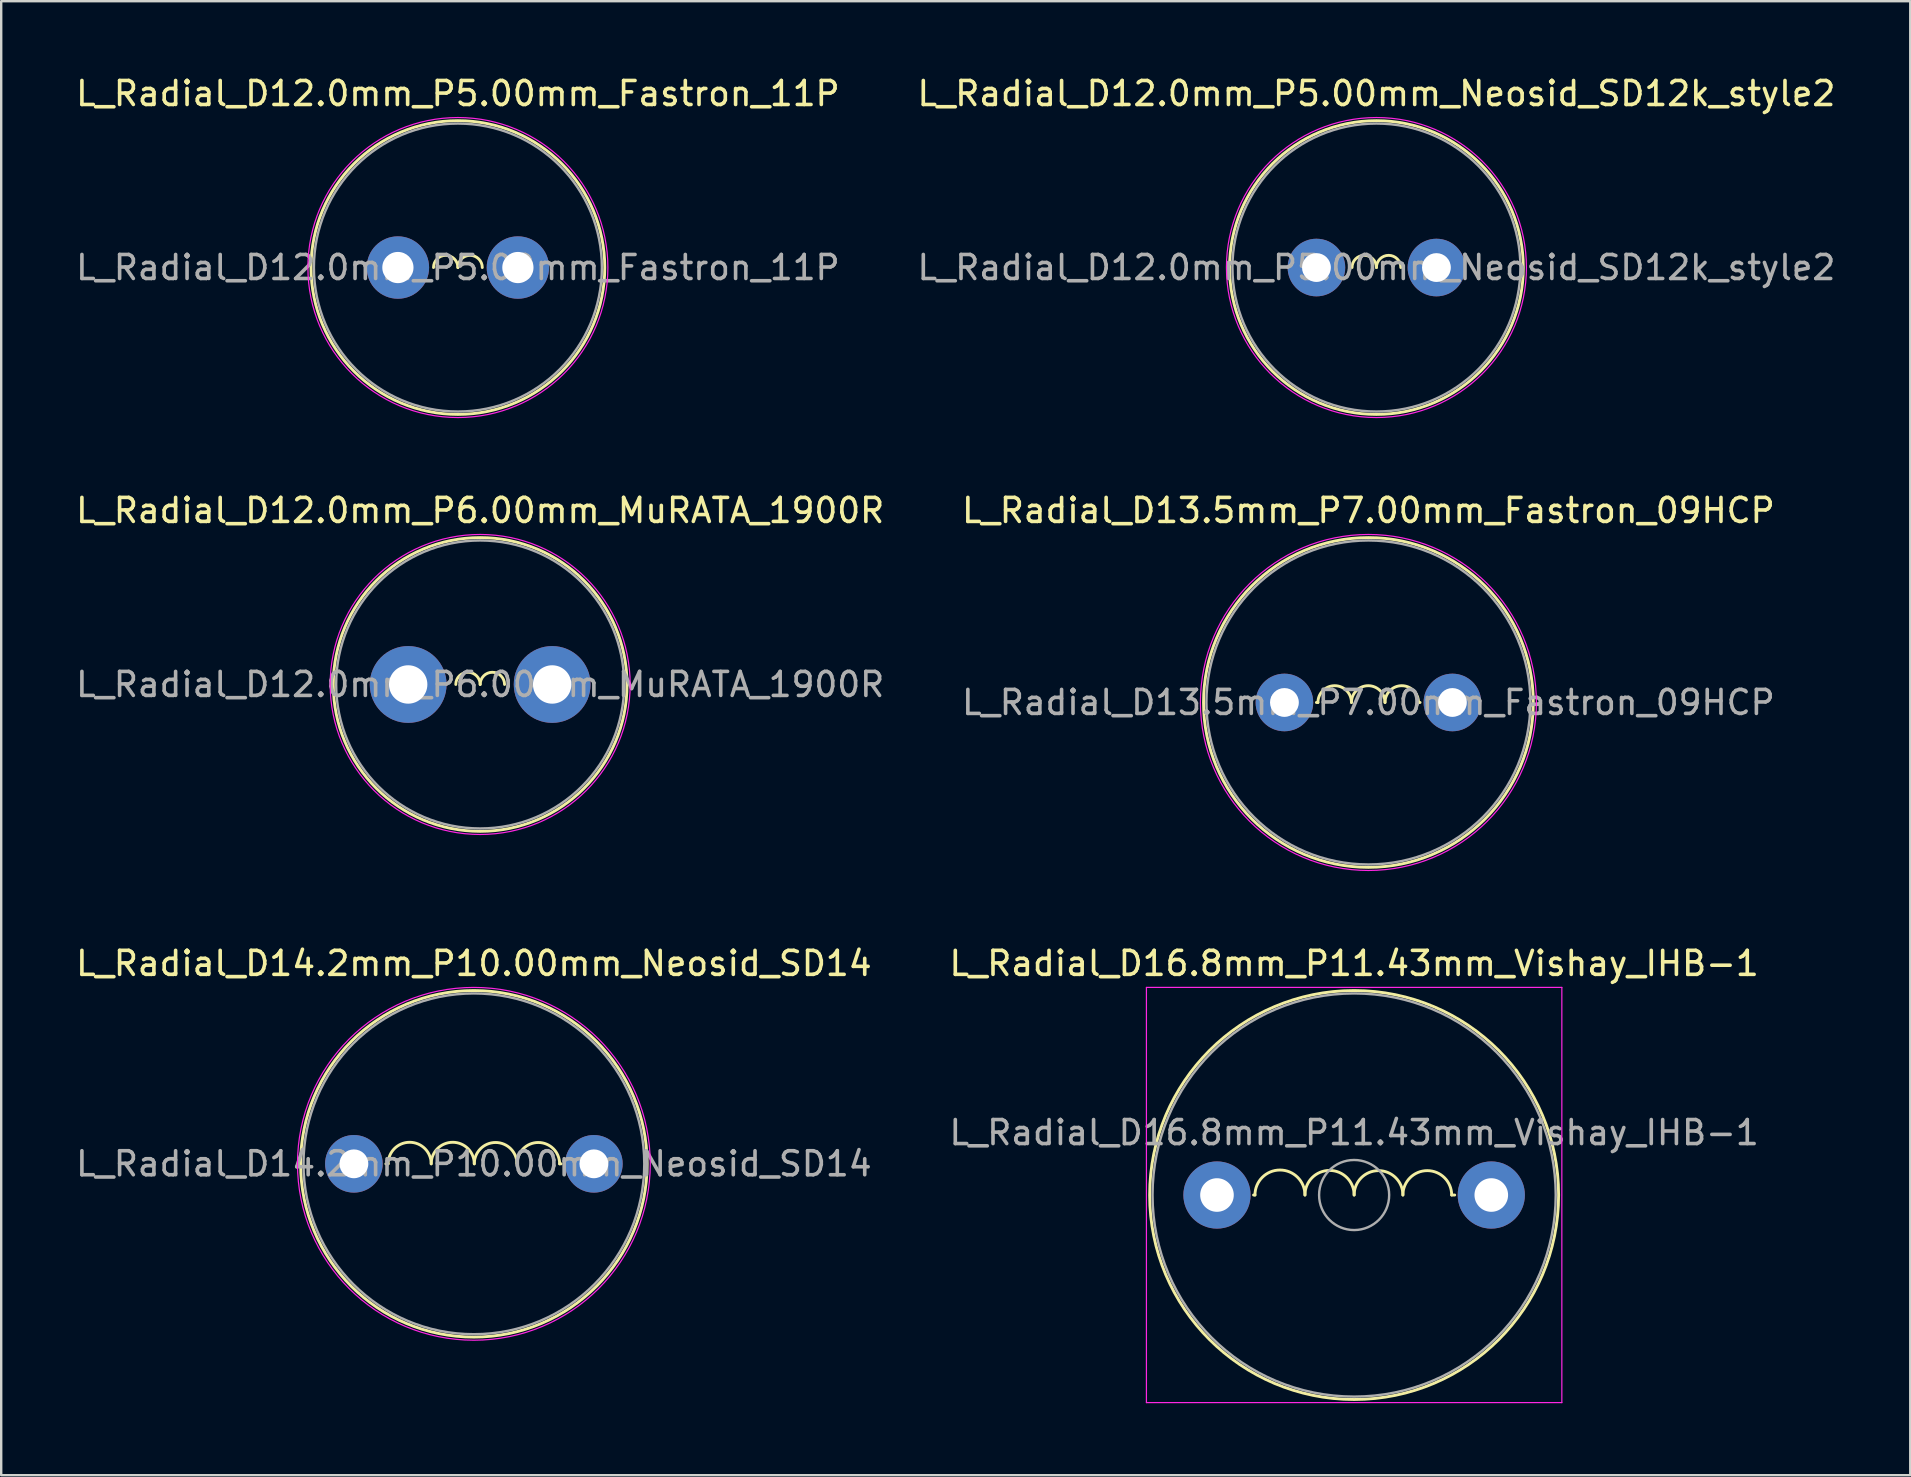
<source format=kicad_pcb>
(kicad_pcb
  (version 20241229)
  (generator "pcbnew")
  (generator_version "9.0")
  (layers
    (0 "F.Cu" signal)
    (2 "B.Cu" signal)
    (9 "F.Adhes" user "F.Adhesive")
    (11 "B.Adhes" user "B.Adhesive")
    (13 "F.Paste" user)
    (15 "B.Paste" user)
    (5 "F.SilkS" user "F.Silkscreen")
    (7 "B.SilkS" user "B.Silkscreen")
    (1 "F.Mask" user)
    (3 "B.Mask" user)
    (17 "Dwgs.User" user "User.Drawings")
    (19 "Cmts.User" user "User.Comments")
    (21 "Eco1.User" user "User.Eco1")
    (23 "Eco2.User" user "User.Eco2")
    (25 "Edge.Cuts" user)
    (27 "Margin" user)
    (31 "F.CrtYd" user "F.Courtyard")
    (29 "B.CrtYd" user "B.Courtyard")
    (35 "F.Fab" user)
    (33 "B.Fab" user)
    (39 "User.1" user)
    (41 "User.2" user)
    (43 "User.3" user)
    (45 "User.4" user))
  (footprint "L_Radial_D16.8mm_P11.43mm_Vishay_IHB-1"
    (layer "F.Cu")
    (at 47.66 46.745)
    (property "Reference" "L_Radial_D16.8mm_P11.43mm_Vishay_IHB-1" (at 5.715 -9.65 0) (layer "F.SilkS") (effects (font (size 1 1) (thickness 0.15))))
    (attr through_hole)
    (fp_line (start 1.583 0) (end 1.524 0) (stroke (width 0.12) (type solid)) (layer "F.SilkS"))
    (fp_line (start 9.779 0) (end 9.906 0) (stroke (width 0.12) (type solid)) (layer "F.SilkS"))
    (fp_arc (start 1.583 0) (mid 2.6245 -1.0415) (end 3.666 0) (stroke (width 0.12) (type solid)) (layer "F.SilkS"))
    (fp_arc (start 3.666 0) (mid 4.6905 -1.0245) (end 5.715 0) (stroke (width 0.12) (type solid)) (layer "F.SilkS"))
    (fp_arc (start 5.715 0) (mid 6.731 -1.016) (end 7.747 0) (stroke (width 0.12) (type solid)) (layer "F.SilkS"))
    (fp_arc (start 7.747 0) (mid 8.763 -1.016) (end 9.779 0) (stroke (width 0.12) (type solid)) (layer "F.SilkS"))
    (fp_circle (center 5.715 0) (end 14.235 0) (stroke (width 0.12) (type solid)) (fill no) (layer "F.SilkS"))
    (fp_line (start -2.94 -8.65) (end -2.94 8.65) (stroke (width 0.05) (type solid)) (layer "F.CrtYd"))
    (fp_line (start -2.94 8.65) (end 14.37 8.65) (stroke (width 0.05) (type solid)) (layer "F.CrtYd"))
    (fp_line (start 14.37 -8.65) (end -2.94 -8.65) (stroke (width 0.05) (type solid)) (layer "F.CrtYd"))
    (fp_line (start 14.37 8.65) (end 14.37 -8.65) (stroke (width 0.05) (type solid)) (layer "F.CrtYd"))
    (fp_circle (center 5.715 0) (end 7.175 0) (stroke (width 0.1) (type solid)) (fill no) (layer "F.Fab"))
    (fp_circle (center 5.715 0) (end 14.115 0) (stroke (width 0.1) (type solid)) (fill no) (layer "F.Fab"))
    (fp_text user "${REFERENCE}" (at 5.715 -2.6 0) (layer "F.Fab") (effects (font (size 1 1) (thickness 0.15))))
    (pad "1" thru_hole circle (at 0 0) (size 2.8 2.8) (drill 1.4) (layers "*.Cu" "*.Mask"))
    (pad "2" thru_hole circle (at 11.43 0) (size 2.8 2.8) (drill 1.4) (layers "*.Cu" "*.Mask")))
  (footprint "L_Radial_D12.0mm_P6.00mm_MuRATA_1900R"
    (layer "F.Cu")
    (at 13.958 25.471)
    (property "Reference" "L_Radial_D12.0mm_P6.00mm_MuRATA_1900R" (at 3 -7.25 0) (layer "F.SilkS") (effects (font (size 1 1) (thickness 0.15))))
    (attr through_hole)
    (fp_arc (start 1.984 0) (mid 2.492 -0.508) (end 3 0) (stroke (width 0.12) (type solid)) (layer "F.SilkS"))
    (fp_arc (start 3 0) (mid 3.508 -0.508) (end 4.016 0) (stroke (width 0.12) (type solid)) (layer "F.SilkS"))
    (fp_circle (center 3 0) (end 9.12 0) (stroke (width 0.12) (type solid)) (fill no) (layer "F.SilkS"))
    (fp_circle (center 3 0) (end 9.25 0) (stroke (width 0.05) (type solid)) (fill no) (layer "F.CrtYd"))
    (fp_circle (center 3 0) (end 9 0) (stroke (width 0.1) (type solid)) (fill no) (layer "F.Fab"))
    (fp_text user "${REFERENCE}" (at 3 0 0) (layer "F.Fab") (effects (font (size 1 1) (thickness 0.15))))
    (pad "1" thru_hole circle (at 0 0) (size 3.2 3.2) (drill 1.6) (layers "*.Cu" "*.Mask"))
    (pad "2" thru_hole circle (at 6 0) (size 3.2 3.2) (drill 1.6) (layers "*.Cu" "*.Mask")))
  (footprint "L_Radial_D12.0mm_P5.00mm_Neosid_SD12k_style2"
    (layer "F.Cu")
    (at 51.804 8.098)
    (property "Reference" "L_Radial_D12.0mm_P5.00mm_Neosid_SD12k_style2" (at 2.5 -7.25 0) (layer "F.SilkS") (effects (font (size 1 1) (thickness 0.15))))
    (attr through_hole)
    (fp_arc (start 1.484 0) (mid 1.992 -0.508) (end 2.5 0) (stroke (width 0.12) (type solid)) (layer "F.SilkS"))
    (fp_arc (start 2.5 0) (mid 3.008 -0.508) (end 3.516 0) (stroke (width 0.12) (type solid)) (layer "F.SilkS"))
    (fp_circle (center 2.5 0) (end 8.62 0) (stroke (width 0.12) (type solid)) (fill no) (layer "F.SilkS"))
    (fp_circle (center 2.5 0) (end 8.75 0) (stroke (width 0.05) (type solid)) (fill no) (layer "F.CrtYd"))
    (fp_circle (center 2.5 0) (end 8.5 0) (stroke (width 0.1) (type solid)) (fill no) (layer "F.Fab"))
    (fp_text user "${REFERENCE}" (at 2.5 0 0) (layer "F.Fab") (effects (font (size 1 1) (thickness 0.15))))
    (pad "1" thru_hole circle (at 0 0) (size 2.4 2.4) (drill 1.2) (layers "*.Cu" "*.Mask"))
    (pad "2" thru_hole circle (at 5 0) (size 2.4 2.4) (drill 1.2) (layers "*.Cu" "*.Mask")))
  (footprint "L_Radial_D13.5mm_P7.00mm_Fastron_09HCP"
    (layer "F.Cu")
    (at 50.47 26.221)
    (property "Reference" "L_Radial_D13.5mm_P7.00mm_Fastron_09HCP" (at 3.5 -8 0) (layer "F.SilkS") (effects (font (size 1 1) (thickness 0.15))))
    (attr through_hole)
    (fp_line (start 1.397 0) (end 1.333 0) (stroke (width 0.12) (type solid)) (layer "F.SilkS"))
    (fp_line (start 5.588 0) (end 5.652 0) (stroke (width 0.12) (type solid)) (layer "F.SilkS"))
    (fp_arc (start 1.397 0) (mid 2.0955 -0.6985) (end 2.794 0) (stroke (width 0.12) (type solid)) (layer "F.SilkS"))
    (fp_arc (start 2.794 0) (mid 3.4925 -0.6985) (end 4.191 0) (stroke (width 0.12) (type solid)) (layer "F.SilkS"))
    (fp_arc (start 4.191 0) (mid 4.8895 -0.6985) (end 5.588 0) (stroke (width 0.12) (type solid)) (layer "F.SilkS"))
    (fp_circle (center 3.5 0) (end 10.37 0) (stroke (width 0.12) (type solid)) (fill no) (layer "F.SilkS"))
    (fp_circle (center 3.5 0) (end 10.5 0) (stroke (width 0.05) (type solid)) (fill no) (layer "F.CrtYd"))
    (fp_circle (center 3.5 0) (end 10.25 0) (stroke (width 0.1) (type solid)) (fill no) (layer "F.Fab"))
    (fp_text user "${REFERENCE}" (at 3.5 0 0) (layer "F.Fab") (effects (font (size 1 1) (thickness 0.15))))
    (pad "1" thru_hole circle (at 0 0) (size 2.4 2.4) (drill 1.2) (layers "*.Cu" "*.Mask"))
    (pad "2" thru_hole circle (at 7 0) (size 2.4 2.4) (drill 1.2) (layers "*.Cu" "*.Mask")))
  (footprint "L_Radial_D12.0mm_P5.00mm_Fastron_11P"
    (layer "F.Cu")
    (at 13.53 8.098)
    (property "Reference" "L_Radial_D12.0mm_P5.00mm_Fastron_11P" (at 2.5 -7.25 0) (layer "F.SilkS") (effects (font (size 1 1) (thickness 0.15))))
    (attr through_hole)
    (fp_arc (start 1.484 0) (mid 1.992 -0.508) (end 2.5 0) (stroke (width 0.12) (type solid)) (layer "F.SilkS"))
    (fp_arc (start 2.5 0) (mid 3.008 -0.508) (end 3.516 0) (stroke (width 0.12) (type solid)) (layer "F.SilkS"))
    (fp_circle (center 2.5 0) (end 8.62 0) (stroke (width 0.12) (type solid)) (fill no) (layer "F.SilkS"))
    (fp_circle (center 2.5 0) (end 8.75 0) (stroke (width 0.05) (type solid)) (fill no) (layer "F.CrtYd"))
    (fp_circle (center 2.5 0) (end 8.5 0) (stroke (width 0.1) (type solid)) (fill no) (layer "F.Fab"))
    (fp_text user "${REFERENCE}" (at 2.5 0 0) (layer "F.Fab") (effects (font (size 1 1) (thickness 0.15))))
    (pad "1" thru_hole circle (at 0 0) (size 2.6 2.6) (drill 1.3) (layers "*.Cu" "*.Mask"))
    (pad "2" thru_hole circle (at 5 0) (size 2.6 2.6) (drill 1.3) (layers "*.Cu" "*.Mask")))
  (footprint "L_Radial_D14.2mm_P10.00mm_Neosid_SD14"
    (layer "F.Cu")
    (at 11.696 45.445)
    (property "Reference" "L_Radial_D14.2mm_P10.00mm_Neosid_SD14" (at 5 -8.35 0) (layer "F.SilkS") (effects (font (size 1 1) (thickness 0.15))))
    (attr through_hole)
    (fp_line (start 1.427 0) (end 1.333 0) (stroke (width 0.12) (type solid)) (layer "F.SilkS"))
    (fp_line (start 8.572 0) (end 8.636 0) (stroke (width 0.12) (type solid)) (layer "F.SilkS"))
    (fp_arc (start 1.4265 0) (mid 2.324 -0.8975) (end 3.2215 0) (stroke (width 0.12) (type solid)) (layer "F.SilkS"))
    (fp_arc (start 3.2215 0) (mid 4.119 -0.8975) (end 5.0165 0) (stroke (width 0.12) (type solid)) (layer "F.SilkS"))
    (fp_arc (start 5.0165 0) (mid 5.9055 -0.889) (end 6.7945 0) (stroke (width 0.12) (type solid)) (layer "F.SilkS"))
    (fp_arc (start 6.7945 0) (mid 7.6835 -0.889) (end 8.5725 0) (stroke (width 0.12) (type solid)) (layer "F.SilkS"))
    (fp_circle (center 5 0) (end 12.22 0) (stroke (width 0.12) (type solid)) (fill no) (layer "F.SilkS"))
    (fp_circle (center 5 0) (end 12.35 0) (stroke (width 0.05) (type solid)) (fill no) (layer "F.CrtYd"))
    (fp_circle (center 5 0) (end 12.1 0) (stroke (width 0.1) (type solid)) (fill no) (layer "F.Fab"))
    (fp_text user "${REFERENCE}" (at 5 0 0) (layer "F.Fab") (effects (font (size 1 1) (thickness 0.15))))
    (pad "1" thru_hole circle (at 0 0) (size 2.4 2.4) (drill 1.2) (layers "*.Cu" "*.Mask"))
    (pad "2" thru_hole circle (at 10 0) (size 2.4 2.4) (drill 1.2) (layers "*.Cu" "*.Mask")))
  (gr_rect
    (start -3 -3)
    (end 76.548 58.42)
    (stroke (width 0.1) (type default))
    (fill no)
    (layer "Edge.Cuts")))
</source>
